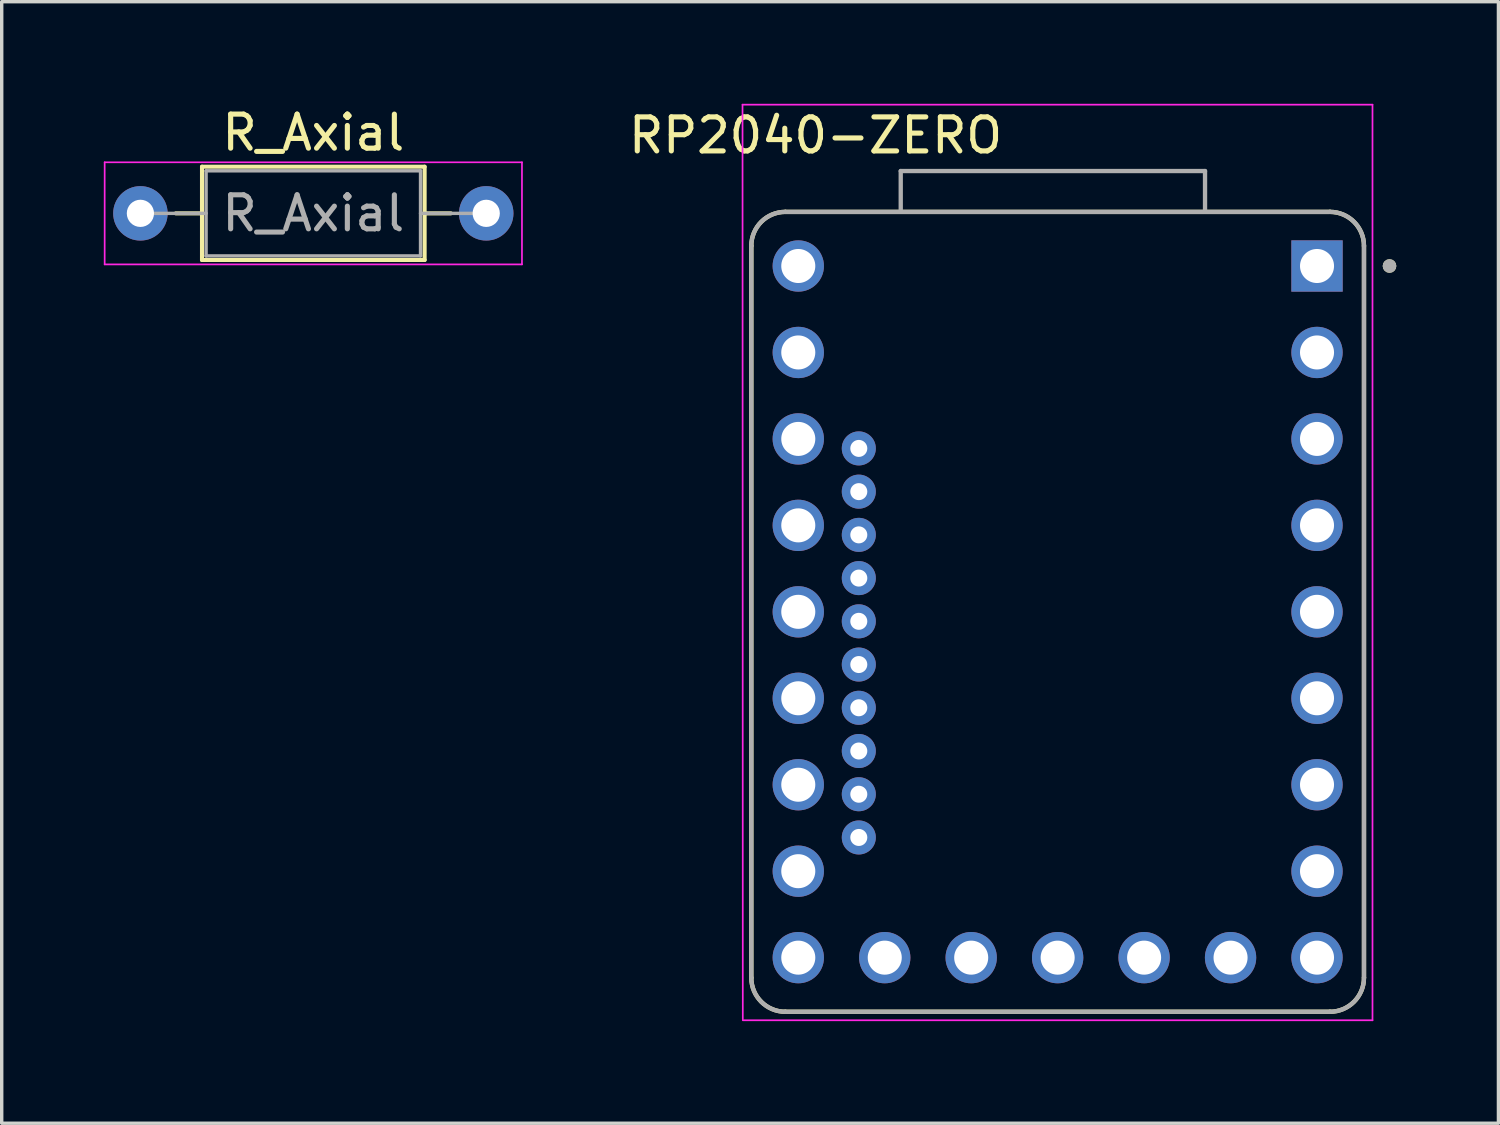
<source format=kicad_pcb>
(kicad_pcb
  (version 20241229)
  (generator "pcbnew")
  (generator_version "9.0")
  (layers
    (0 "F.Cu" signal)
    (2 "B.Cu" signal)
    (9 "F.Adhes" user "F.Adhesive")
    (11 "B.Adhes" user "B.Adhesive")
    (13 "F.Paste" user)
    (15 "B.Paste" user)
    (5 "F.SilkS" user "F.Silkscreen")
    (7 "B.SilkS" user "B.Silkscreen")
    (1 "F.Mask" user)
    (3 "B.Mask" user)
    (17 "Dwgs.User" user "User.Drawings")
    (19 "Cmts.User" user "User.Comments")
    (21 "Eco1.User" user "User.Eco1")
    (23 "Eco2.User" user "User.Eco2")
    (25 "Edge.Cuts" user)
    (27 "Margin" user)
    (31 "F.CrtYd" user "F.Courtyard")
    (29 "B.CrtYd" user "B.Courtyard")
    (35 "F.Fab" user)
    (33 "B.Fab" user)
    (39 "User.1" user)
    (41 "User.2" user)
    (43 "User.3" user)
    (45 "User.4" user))
  (footprint "RP2040-ZERO"
    (layer "F.Cu")
    (at 26.664 12.725)
    (property "Reference" "RP2040-ZERO" (at -5.753 -11.796 0) (layer "F.SilkS") (effects (font (size 1 1) (thickness 0.15))))
    (attr through_hole)
    (fp_line (start -7.641 -8.55) (end -7.641 12.95) (stroke (width 0.127) (type solid)) (layer "F.SilkS"))
    (fp_line (start -6.641 13.95) (end 9.359 13.95) (stroke (width 0.127) (type solid)) (layer "F.SilkS"))
    (fp_line (start 9.359 -9.55) (end -6.641 -9.55) (stroke (width 0.127) (type solid)) (layer "F.SilkS"))
    (fp_line (start 10.359 12.95) (end 10.359 -8.55) (stroke (width 0.127) (type solid)) (layer "F.SilkS"))
    (fp_arc (start -7.6412 -8.5504) (mid -7.348307 -9.257507) (end -6.6412 -9.5504) (stroke (width 0.127) (type solid)) (layer "F.SilkS"))
    (fp_arc (start -6.6412 13.9496) (mid -7.348307 13.656707) (end -7.6412 12.9496) (stroke (width 0.127) (type solid)) (layer "F.SilkS"))
    (fp_arc (start 9.3588 -9.5504) (mid 10.065907 -9.257507) (end 10.3588 -8.5504) (stroke (width 0.127) (type solid)) (layer "F.SilkS"))
    (fp_arc (start 10.3588 12.9496) (mid 10.065907 13.656707) (end 9.3588 13.9496) (stroke (width 0.127) (type solid)) (layer "F.SilkS"))
    (fp_circle (center 11.109 -7.96) (end 11.209 -7.96) (stroke (width 0.2) (type solid)) (fill no) (layer "F.SilkS"))
    (fp_line (start -7.899 -12.7) (end -7.891 14.174) (stroke (width 0.05) (type solid)) (layer "F.CrtYd"))
    (fp_line (start -7.891 14.2) (end 10.609 14.2) (stroke (width 0.05) (type solid)) (layer "F.CrtYd"))
    (fp_line (start 10.609 -12.7) (end -7.899 -12.7) (stroke (width 0.05) (type solid)) (layer "F.CrtYd"))
    (fp_line (start 10.609 14.2) (end 10.609 -12.7) (stroke (width 0.05) (type solid)) (layer "F.CrtYd"))
    (fp_line (start -7.641 -8.55) (end -7.641 12.95) (stroke (width 0.127) (type solid)) (layer "F.Fab"))
    (fp_line (start -6.641 13.95) (end 9.359 13.95) (stroke (width 0.127) (type solid)) (layer "F.Fab"))
    (fp_line (start -3.251 -10.75) (end -3.251 -9.55) (stroke (width 0.127) (type solid)) (layer "F.Fab"))
    (fp_line (start -3.251 -10.75) (end 5.689 -10.75) (stroke (width 0.127) (type solid)) (layer "F.Fab"))
    (fp_line (start -3.251 -9.55) (end -6.641 -9.55) (stroke (width 0.127) (type solid)) (layer "F.Fab"))
    (fp_line (start 5.689 -10.75) (end 5.689 -9.55) (stroke (width 0.127) (type solid)) (layer "F.Fab"))
    (fp_line (start 5.689 -9.55) (end -3.251 -9.55) (stroke (width 0.127) (type solid)) (layer "F.Fab"))
    (fp_line (start 9.359 -9.55) (end 5.689 -9.55) (stroke (width 0.127) (type solid)) (layer "F.Fab"))
    (fp_line (start 10.359 12.95) (end 10.359 -8.55) (stroke (width 0.127) (type solid)) (layer "F.Fab"))
    (fp_arc (start -7.6412 -8.5504) (mid -7.348307 -9.257507) (end -6.6412 -9.5504) (stroke (width 0.127) (type solid)) (layer "F.Fab"))
    (fp_arc (start -6.6412 13.9496) (mid -7.348307 13.656707) (end -7.6412 12.9496) (stroke (width 0.127) (type solid)) (layer "F.Fab"))
    (fp_arc (start 9.3588 -9.5504) (mid 10.065907 -9.257507) (end 10.3588 -8.5504) (stroke (width 0.127) (type solid)) (layer "F.Fab"))
    (fp_arc (start 10.3588 12.9496) (mid 10.065907 13.656707) (end 9.3588 13.9496) (stroke (width 0.127) (type solid)) (layer "F.Fab"))
    (fp_circle (center 11.109 -7.96) (end 11.209 -7.96) (stroke (width 0.2) (type solid)) (fill no) (layer "F.Fab"))
    (pad "1" thru_hole rect (at 8.979 -7.96) (size 1.508 1.508) (drill 1) (layers "*.Cu" "B.Mask"))
    (pad "2" thru_hole circle (at 8.979 -5.42) (size 1.508 1.508) (drill 1) (layers "*.Cu" "B.Mask"))
    (pad "3" thru_hole circle (at 8.979 -2.88) (size 1.508 1.508) (drill 1) (layers "*.Cu" "B.Mask"))
    (pad "4" thru_hole circle (at 8.979 -0.34) (size 1.508 1.508) (drill 1) (layers "*.Cu" "B.Mask"))
    (pad "5" thru_hole circle (at 8.979 2.2) (size 1.508 1.508) (drill 1) (layers "*.Cu" "B.Mask"))
    (pad "6" thru_hole circle (at 8.979 4.74) (size 1.508 1.508) (drill 1) (layers "*.Cu" "B.Mask"))
    (pad "7" thru_hole circle (at 8.979 7.28) (size 1.508 1.508) (drill 1) (layers "*.Cu" "B.Mask"))
    (pad "8" thru_hole circle (at 8.979 9.82) (size 1.508 1.508) (drill 1) (layers "*.Cu" "B.Mask"))
    (pad "9" thru_hole circle (at 8.979 12.36) (size 1.508 1.508) (drill 1) (layers "*.Cu" "B.Mask"))
    (pad "10" thru_hole circle (at 6.439 12.36) (size 1.508 1.508) (drill 1) (layers "*.Cu" "B.Mask"))
    (pad "11" thru_hole circle (at 3.899 12.36) (size 1.508 1.508) (drill 1) (layers "*.Cu" "B.Mask"))
    (pad "12" thru_hole circle (at 1.359 12.36) (size 1.508 1.508) (drill 1) (layers "*.Cu" "B.Mask"))
    (pad "13" thru_hole circle (at -1.181 12.36) (size 1.508 1.508) (drill 1) (layers "*.Cu" "B.Mask"))
    (pad "14" thru_hole circle (at -3.721 12.36) (size 1.508 1.508) (drill 1) (layers "*.Cu" "B.Mask"))
    (pad "15" thru_hole circle (at -6.261 12.36) (size 1.508 1.508) (drill 1) (layers "*.Cu" "B.Mask"))
    (pad "16" thru_hole circle (at -6.261 9.82) (size 1.508 1.508) (drill 1) (layers "*.Cu" "B.Mask"))
    (pad "17" thru_hole circle (at -6.261 7.28) (size 1.508 1.508) (drill 1) (layers "*.Cu" "B.Mask"))
    (pad "18" thru_hole circle (at -6.261 4.74) (size 1.508 1.508) (drill 1) (layers "*.Cu" "B.Mask"))
    (pad "19" thru_hole circle (at -6.261 2.2) (size 1.508 1.508) (drill 1) (layers "*.Cu" "B.Mask"))
    (pad "20" thru_hole circle (at -6.261 -0.34) (size 1.508 1.508) (drill 1) (layers "*.Cu" "B.Mask"))
    (pad "21" thru_hole circle (at -6.261 -2.88) (size 1.508 1.508) (drill 1) (layers "*.Cu" "B.Mask"))
    (pad "22" thru_hole circle (at -6.261 -5.42) (size 1.508 1.508) (drill 1) (layers "*.Cu" "B.Mask"))
    (pad "23" thru_hole circle (at -6.261 -7.96) (size 1.508 1.508) (drill 1) (layers "*.Cu" "B.Mask"))
    (pad "24" thru_hole circle (at -4.483 8.829) (size 1 1) (drill 0.5) (layers "*.Cu" "*.Mask"))
    (pad "25" thru_hole circle (at -4.483 7.559) (size 1 1) (drill 0.5) (layers "*.Cu" "*.Mask"))
    (pad "26" thru_hole circle (at -4.483 6.289) (size 1 1) (drill 0.5) (layers "*.Cu" "*.Mask"))
    (pad "27" thru_hole circle (at -4.483 5.019) (size 1 1) (drill 0.5) (layers "*.Cu" "*.Mask"))
    (pad "28" thru_hole circle (at -4.483 3.749) (size 1 1) (drill 0.5) (layers "*.Cu" "*.Mask"))
    (pad "29" thru_hole circle (at -4.483 2.479) (size 1 1) (drill 0.5) (layers "*.Cu" "*.Mask"))
    (pad "30" thru_hole circle (at -4.483 1.209) (size 1 1) (drill 0.5) (layers "*.Cu" "*.Mask"))
    (pad "31" thru_hole circle (at -4.483 -0.061) (size 1 1) (drill 0.5) (layers "*.Cu" "*.Mask"))
    (pad "32" thru_hole circle (at -4.483 -1.331) (size 1 1) (drill 0.5) (layers "*.Cu" "*.Mask"))
    (pad "33" thru_hole circle (at -4.483 -2.601) (size 1 1) (drill 0.5) (layers "*.Cu" "*.Mask")))
  (footprint "R_Axial"
    (layer "F.Cu")
    (at 1.075 3.218)
    (property "Reference" "R_Axial" (at 5.08 -2.37 0) (layer "F.SilkS") (effects (font (size 1 1) (thickness 0.15))))
    (attr through_hole)
    (fp_line (start 1.04 0) (end 1.81 0) (stroke (width 0.12) (type solid)) (layer "F.SilkS"))
    (fp_line (start 1.81 -1.37) (end 1.81 1.37) (stroke (width 0.12) (type solid)) (layer "F.SilkS"))
    (fp_line (start 1.81 1.37) (end 8.35 1.37) (stroke (width 0.12) (type solid)) (layer "F.SilkS"))
    (fp_line (start 8.35 -1.37) (end 1.81 -1.37) (stroke (width 0.12) (type solid)) (layer "F.SilkS"))
    (fp_line (start 8.35 1.37) (end 8.35 -1.37) (stroke (width 0.12) (type solid)) (layer "F.SilkS"))
    (fp_line (start 9.12 0) (end 8.35 0) (stroke (width 0.12) (type solid)) (layer "F.SilkS"))
    (fp_line (start -1.05 -1.5) (end -1.05 1.5) (stroke (width 0.05) (type solid)) (layer "F.CrtYd"))
    (fp_line (start -1.05 1.5) (end 11.21 1.5) (stroke (width 0.05) (type solid)) (layer "F.CrtYd"))
    (fp_line (start 11.21 -1.5) (end -1.05 -1.5) (stroke (width 0.05) (type solid)) (layer "F.CrtYd"))
    (fp_line (start 11.21 1.5) (end 11.21 -1.5) (stroke (width 0.05) (type solid)) (layer "F.CrtYd"))
    (fp_line (start 0 0) (end 1.93 0) (stroke (width 0.1) (type solid)) (layer "F.Fab"))
    (fp_line (start 1.93 -1.25) (end 1.93 1.25) (stroke (width 0.1) (type solid)) (layer "F.Fab"))
    (fp_line (start 1.93 1.25) (end 8.23 1.25) (stroke (width 0.1) (type solid)) (layer "F.Fab"))
    (fp_line (start 8.23 -1.25) (end 1.93 -1.25) (stroke (width 0.1) (type solid)) (layer "F.Fab"))
    (fp_line (start 8.23 1.25) (end 8.23 -1.25) (stroke (width 0.1) (type solid)) (layer "F.Fab"))
    (fp_line (start 10.16 0) (end 8.23 0) (stroke (width 0.1) (type solid)) (layer "F.Fab"))
    (fp_text user "${REFERENCE}" (at 5.08 0 0) (layer "F.Fab") (effects (font (size 1 1) (thickness 0.15))))
    (pad "1" thru_hole circle (at 0 0) (size 1.6 1.6) (drill 0.8) (layers "*.Cu" "*.Mask"))
    (pad "2" thru_hole oval (at 10.16 0) (size 1.6 1.6) (drill 0.8) (layers "*.Cu" "*.Mask")))
  (gr_rect
    (start -3 -3)
    (end 40.973 29.95)
    (stroke (width 0.1) (type default))
    (fill no)
    (layer "Edge.Cuts")))
</source>
